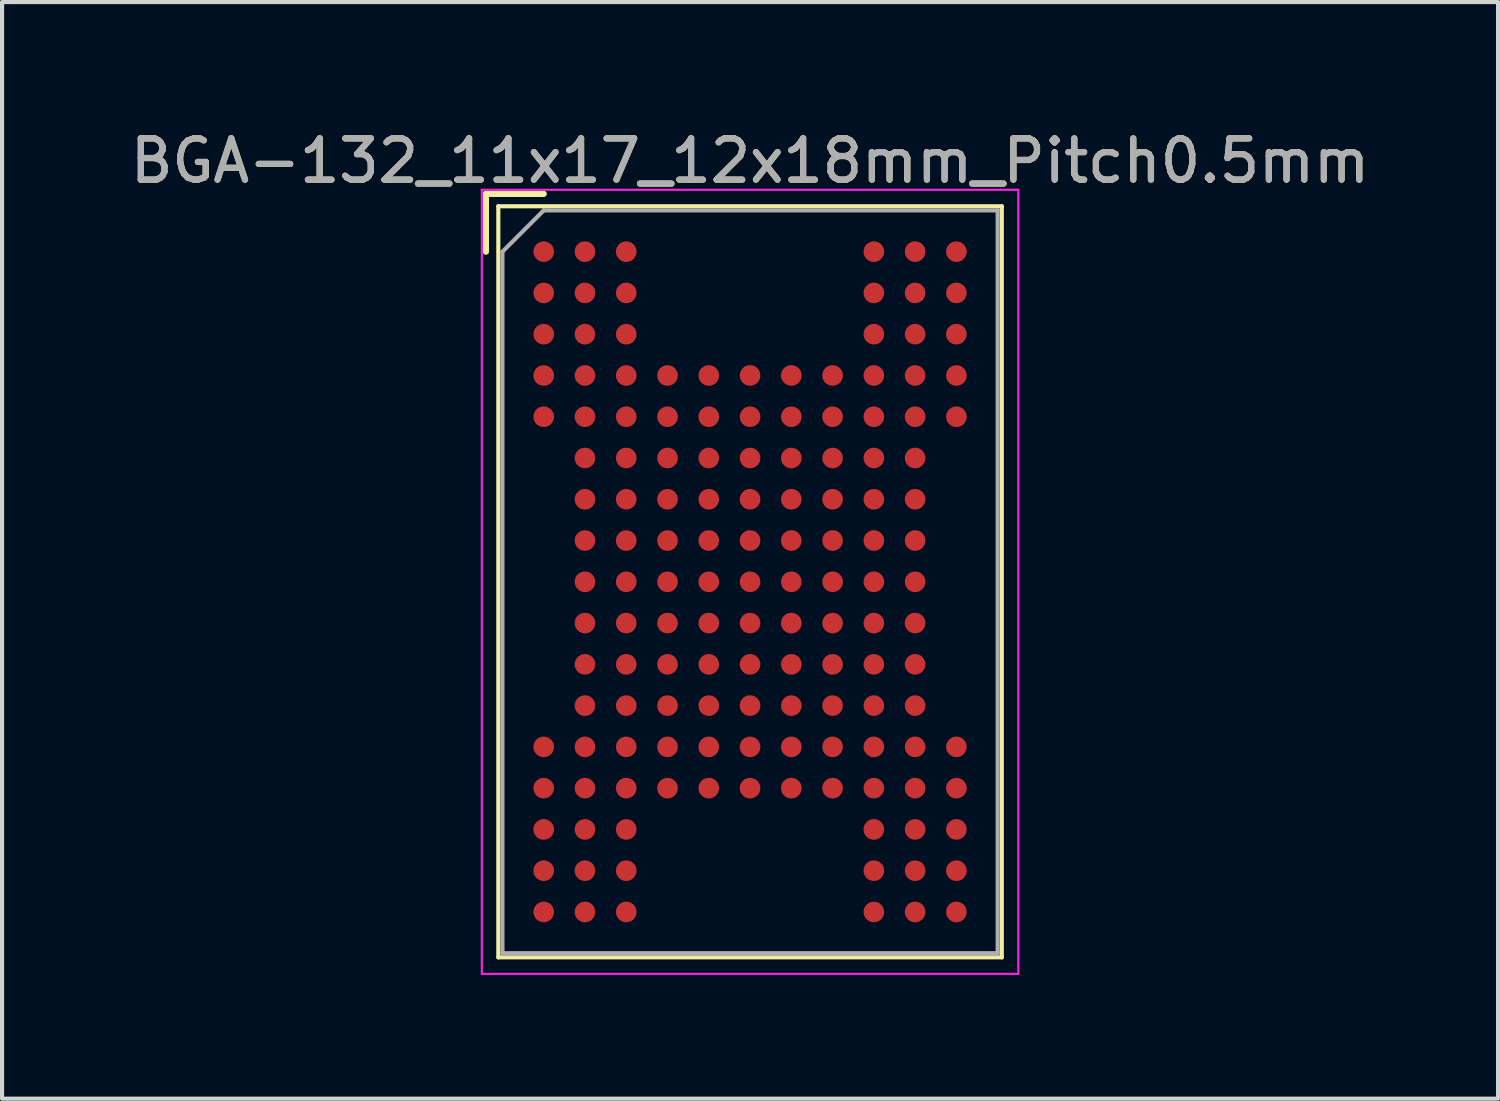
<source format=kicad_pcb>
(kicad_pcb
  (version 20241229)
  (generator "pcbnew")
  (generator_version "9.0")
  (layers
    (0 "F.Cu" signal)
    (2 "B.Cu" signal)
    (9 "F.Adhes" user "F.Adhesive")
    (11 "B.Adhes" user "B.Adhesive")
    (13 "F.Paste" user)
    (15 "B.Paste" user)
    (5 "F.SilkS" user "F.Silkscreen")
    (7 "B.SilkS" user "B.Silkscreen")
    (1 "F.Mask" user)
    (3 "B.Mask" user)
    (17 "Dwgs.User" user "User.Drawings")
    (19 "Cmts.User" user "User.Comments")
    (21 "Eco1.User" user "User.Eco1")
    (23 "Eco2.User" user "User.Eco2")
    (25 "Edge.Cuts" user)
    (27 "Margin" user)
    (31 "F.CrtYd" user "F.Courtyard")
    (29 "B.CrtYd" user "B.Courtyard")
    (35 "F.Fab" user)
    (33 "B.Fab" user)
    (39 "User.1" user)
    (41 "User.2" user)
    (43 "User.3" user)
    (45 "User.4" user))
  (footprint "BGA-132_11x17_12x18mm_Pitch0.5mm"
    (layer "F.Cu")
    (at 15.125 11.048)
    (property "Reference" "BGA-132_11x17_12x18mm_Pitch0.5mm" (at 0 -10.2 0) (layer "F.SilkS") (effects (font (size 1 1) (thickness 0.15))))
    (attr smd)
    (fp_line (start -6.4 -9.4) (end -6.4 -8) (stroke (width 0.15) (type solid)) (layer "F.SilkS"))
    (fp_line (start -6.1 -9.1) (end 6.1 -9.1) (stroke (width 0.1) (type solid)) (layer "F.SilkS"))
    (fp_line (start -6.1 9.1) (end -6.1 -9.1) (stroke (width 0.1) (type solid)) (layer "F.SilkS"))
    (fp_line (start -6.1 9.1) (end 6.1 9.1) (stroke (width 0.1) (type solid)) (layer "F.SilkS"))
    (fp_line (start -5 -9.4) (end -6.4 -9.4) (stroke (width 0.15) (type solid)) (layer "F.SilkS"))
    (fp_line (start 6.1 -9.1) (end 6.1 9.1) (stroke (width 0.1) (type solid)) (layer "F.SilkS"))
    (fp_line (start -6.5 -9.5) (end 6.5 -9.5) (stroke (width 0.05) (type solid)) (layer "F.CrtYd"))
    (fp_line (start -6.5 9.5) (end -6.5 -9.5) (stroke (width 0.05) (type solid)) (layer "F.CrtYd"))
    (fp_line (start 6.5 -9.5) (end 6.5 9.5) (stroke (width 0.05) (type solid)) (layer "F.CrtYd"))
    (fp_line (start 6.5 9.5) (end -6.5 9.5) (stroke (width 0.05) (type solid)) (layer "F.CrtYd"))
    (fp_line (start -6 -8) (end -6 9) (stroke (width 0.1) (type solid)) (layer "F.Fab"))
    (fp_line (start -5 -9) (end -6 -8) (stroke (width 0.1) (type solid)) (layer "F.Fab"))
    (fp_line (start 6 -9) (end -5 -9) (stroke (width 0.1) (type solid)) (layer "F.Fab"))
    (fp_line (start 6 9) (end -6 9) (stroke (width 0.1) (type solid)) (layer "F.Fab"))
    (fp_line (start 6 9) (end 6 -9) (stroke (width 0.1) (type solid)) (layer "F.Fab"))
    (fp_text user "${REFERENCE}" (at 0 -10.2 0) (layer "F.Fab") (effects (font (size 1 1) (thickness 0.15))))
    (pad "A1" smd circle (at -5 -8) (size 0.5 0.5) (layers "F.Cu" "F.Mask" "F.Paste"))
    (pad "A2" smd circle (at -4 -8) (size 0.5 0.5) (layers "F.Cu" "F.Mask" "F.Paste"))
    (pad "A3" smd circle (at -3 -8) (size 0.5 0.5) (layers "F.Cu" "F.Mask" "F.Paste"))
    (pad "A9" smd circle (at 3 -8) (size 0.5 0.5) (layers "F.Cu" "F.Mask" "F.Paste"))
    (pad "A10" smd circle (at 4 -8) (size 0.5 0.5) (layers "F.Cu" "F.Mask" "F.Paste"))
    (pad "A11" smd circle (at 5 -8) (size 0.5 0.5) (layers "F.Cu" "F.Mask" "F.Paste"))
    (pad "B1" smd circle (at -5 -7) (size 0.5 0.5) (layers "F.Cu" "F.Mask" "F.Paste"))
    (pad "B2" smd circle (at -4 -7) (size 0.5 0.5) (layers "F.Cu" "F.Mask" "F.Paste"))
    (pad "B3" smd circle (at -3 -7) (size 0.5 0.5) (layers "F.Cu" "F.Mask" "F.Paste"))
    (pad "B9" smd circle (at 3 -7) (size 0.5 0.5) (layers "F.Cu" "F.Mask" "F.Paste"))
    (pad "B10" smd circle (at 4 -7) (size 0.5 0.5) (layers "F.Cu" "F.Mask" "F.Paste"))
    (pad "B11" smd circle (at 5 -7) (size 0.5 0.5) (layers "F.Cu" "F.Mask" "F.Paste"))
    (pad "C1" smd circle (at -5 -6) (size 0.5 0.5) (layers "F.Cu" "F.Mask" "F.Paste"))
    (pad "C2" smd circle (at -4 -6) (size 0.5 0.5) (layers "F.Cu" "F.Mask" "F.Paste"))
    (pad "C3" smd circle (at -3 -6) (size 0.5 0.5) (layers "F.Cu" "F.Mask" "F.Paste"))
    (pad "C9" smd circle (at 3 -6) (size 0.5 0.5) (layers "F.Cu" "F.Mask" "F.Paste"))
    (pad "C10" smd circle (at 4 -6) (size 0.5 0.5) (layers "F.Cu" "F.Mask" "F.Paste"))
    (pad "C11" smd circle (at 5 -6) (size 0.5 0.5) (layers "F.Cu" "F.Mask" "F.Paste"))
    (pad "D1" smd circle (at -5 -5) (size 0.5 0.5) (layers "F.Cu" "F.Mask" "F.Paste"))
    (pad "D2" smd circle (at -4 -5) (size 0.5 0.5) (layers "F.Cu" "F.Mask" "F.Paste"))
    (pad "D3" smd circle (at -3 -5) (size 0.5 0.5) (layers "F.Cu" "F.Mask" "F.Paste"))
    (pad "D4" smd circle (at -2 -5) (size 0.5 0.5) (layers "F.Cu" "F.Mask" "F.Paste"))
    (pad "D5" smd circle (at -1 -5) (size 0.5 0.5) (layers "F.Cu" "F.Mask" "F.Paste"))
    (pad "D6" smd circle (at 0 -5) (size 0.5 0.5) (layers "F.Cu" "F.Mask" "F.Paste"))
    (pad "D7" smd circle (at 1 -5) (size 0.5 0.5) (layers "F.Cu" "F.Mask" "F.Paste"))
    (pad "D8" smd circle (at 2 -5) (size 0.5 0.5) (layers "F.Cu" "F.Mask" "F.Paste"))
    (pad "D9" smd circle (at 3 -5) (size 0.5 0.5) (layers "F.Cu" "F.Mask" "F.Paste"))
    (pad "D10" smd circle (at 4 -5) (size 0.5 0.5) (layers "F.Cu" "F.Mask" "F.Paste"))
    (pad "D11" smd circle (at 5 -5) (size 0.5 0.5) (layers "F.Cu" "F.Mask" "F.Paste"))
    (pad "E1" smd circle (at -5 -4) (size 0.5 0.5) (layers "F.Cu" "F.Mask" "F.Paste"))
    (pad "E2" smd circle (at -4 -4) (size 0.5 0.5) (layers "F.Cu" "F.Mask" "F.Paste"))
    (pad "E3" smd circle (at -3 -4) (size 0.5 0.5) (layers "F.Cu" "F.Mask" "F.Paste"))
    (pad "E4" smd circle (at -2 -4) (size 0.5 0.5) (layers "F.Cu" "F.Mask" "F.Paste"))
    (pad "E5" smd circle (at -1 -4) (size 0.5 0.5) (layers "F.Cu" "F.Mask" "F.Paste"))
    (pad "E6" smd circle (at 0 -4) (size 0.5 0.5) (layers "F.Cu" "F.Mask" "F.Paste"))
    (pad "E7" smd circle (at 1 -4) (size 0.5 0.5) (layers "F.Cu" "F.Mask" "F.Paste"))
    (pad "E8" smd circle (at 2 -4) (size 0.5 0.5) (layers "F.Cu" "F.Mask" "F.Paste"))
    (pad "E9" smd circle (at 3 -4) (size 0.5 0.5) (layers "F.Cu" "F.Mask" "F.Paste"))
    (pad "E10" smd circle (at 4 -4) (size 0.5 0.5) (layers "F.Cu" "F.Mask" "F.Paste"))
    (pad "E11" smd circle (at 5 -4) (size 0.5 0.5) (layers "F.Cu" "F.Mask" "F.Paste"))
    (pad "F2" smd circle (at -4 -3) (size 0.5 0.5) (layers "F.Cu" "F.Mask" "F.Paste"))
    (pad "F3" smd circle (at -3 -3) (size 0.5 0.5) (layers "F.Cu" "F.Mask" "F.Paste"))
    (pad "F4" smd circle (at -2 -3) (size 0.5 0.5) (layers "F.Cu" "F.Mask" "F.Paste"))
    (pad "F5" smd circle (at -1 -3) (size 0.5 0.5) (layers "F.Cu" "F.Mask" "F.Paste"))
    (pad "F6" smd circle (at 0 -3) (size 0.5 0.5) (layers "F.Cu" "F.Mask" "F.Paste"))
    (pad "F7" smd circle (at 1 -3) (size 0.5 0.5) (layers "F.Cu" "F.Mask" "F.Paste"))
    (pad "F8" smd circle (at 2 -3) (size 0.5 0.5) (layers "F.Cu" "F.Mask" "F.Paste"))
    (pad "F9" smd circle (at 3 -3) (size 0.5 0.5) (layers "F.Cu" "F.Mask" "F.Paste"))
    (pad "F10" smd circle (at 4 -3) (size 0.5 0.5) (layers "F.Cu" "F.Mask" "F.Paste"))
    (pad "G2" smd circle (at -4 -2) (size 0.5 0.5) (layers "F.Cu" "F.Mask" "F.Paste"))
    (pad "G3" smd circle (at -3 -2) (size 0.5 0.5) (layers "F.Cu" "F.Mask" "F.Paste"))
    (pad "G4" smd circle (at -2 -2) (size 0.5 0.5) (layers "F.Cu" "F.Mask" "F.Paste"))
    (pad "G5" smd circle (at -1 -2) (size 0.5 0.5) (layers "F.Cu" "F.Mask" "F.Paste"))
    (pad "G6" smd circle (at 0 -2) (size 0.5 0.5) (layers "F.Cu" "F.Mask" "F.Paste"))
    (pad "G7" smd circle (at 1 -2) (size 0.5 0.5) (layers "F.Cu" "F.Mask" "F.Paste"))
    (pad "G8" smd circle (at 2 -2) (size 0.5 0.5) (layers "F.Cu" "F.Mask" "F.Paste"))
    (pad "G9" smd circle (at 3 -2) (size 0.5 0.5) (layers "F.Cu" "F.Mask" "F.Paste"))
    (pad "G10" smd circle (at 4 -2) (size 0.5 0.5) (layers "F.Cu" "F.Mask" "F.Paste"))
    (pad "H2" smd circle (at -4 -1) (size 0.5 0.5) (layers "F.Cu" "F.Mask" "F.Paste"))
    (pad "H3" smd circle (at -3 -1) (size 0.5 0.5) (layers "F.Cu" "F.Mask" "F.Paste"))
    (pad "H4" smd circle (at -2 -1) (size 0.5 0.5) (layers "F.Cu" "F.Mask" "F.Paste"))
    (pad "H5" smd circle (at -1 -1) (size 0.5 0.5) (layers "F.Cu" "F.Mask" "F.Paste"))
    (pad "H6" smd circle (at 0 -1) (size 0.5 0.5) (layers "F.Cu" "F.Mask" "F.Paste"))
    (pad "H7" smd circle (at 1 -1) (size 0.5 0.5) (layers "F.Cu" "F.Mask" "F.Paste"))
    (pad "H8" smd circle (at 2 -1) (size 0.5 0.5) (layers "F.Cu" "F.Mask" "F.Paste"))
    (pad "H9" smd circle (at 3 -1) (size 0.5 0.5) (layers "F.Cu" "F.Mask" "F.Paste"))
    (pad "H10" smd circle (at 4 -1) (size 0.5 0.5) (layers "F.Cu" "F.Mask" "F.Paste"))
    (pad "J2" smd circle (at -4 0) (size 0.5 0.5) (layers "F.Cu" "F.Mask" "F.Paste"))
    (pad "J3" smd circle (at -3 0) (size 0.5 0.5) (layers "F.Cu" "F.Mask" "F.Paste"))
    (pad "J4" smd circle (at -2 0) (size 0.5 0.5) (layers "F.Cu" "F.Mask" "F.Paste"))
    (pad "J5" smd circle (at -1 0) (size 0.5 0.5) (layers "F.Cu" "F.Mask" "F.Paste"))
    (pad "J6" smd circle (at 0 0) (size 0.5 0.5) (layers "F.Cu" "F.Mask" "F.Paste"))
    (pad "J7" smd circle (at 1 0) (size 0.5 0.5) (layers "F.Cu" "F.Mask" "F.Paste"))
    (pad "J8" smd circle (at 2 0) (size 0.5 0.5) (layers "F.Cu" "F.Mask" "F.Paste"))
    (pad "J9" smd circle (at 3 0) (size 0.5 0.5) (layers "F.Cu" "F.Mask" "F.Paste"))
    (pad "J10" smd circle (at 4 0) (size 0.5 0.5) (layers "F.Cu" "F.Mask" "F.Paste"))
    (pad "K2" smd circle (at -4 1) (size 0.5 0.5) (layers "F.Cu" "F.Mask" "F.Paste"))
    (pad "K3" smd circle (at -3 1) (size 0.5 0.5) (layers "F.Cu" "F.Mask" "F.Paste"))
    (pad "K4" smd circle (at -2 1) (size 0.5 0.5) (layers "F.Cu" "F.Mask" "F.Paste"))
    (pad "K5" smd circle (at -1 1) (size 0.5 0.5) (layers "F.Cu" "F.Mask" "F.Paste"))
    (pad "K6" smd circle (at 0 1) (size 0.5 0.5) (layers "F.Cu" "F.Mask" "F.Paste"))
    (pad "K7" smd circle (at 1 1) (size 0.5 0.5) (layers "F.Cu" "F.Mask" "F.Paste"))
    (pad "K8" smd circle (at 2 1) (size 0.5 0.5) (layers "F.Cu" "F.Mask" "F.Paste"))
    (pad "K9" smd circle (at 3 1) (size 0.5 0.5) (layers "F.Cu" "F.Mask" "F.Paste"))
    (pad "K10" smd circle (at 4 1) (size 0.5 0.5) (layers "F.Cu" "F.Mask" "F.Paste"))
    (pad "L2" smd circle (at -4 2) (size 0.5 0.5) (layers "F.Cu" "F.Mask" "F.Paste"))
    (pad "L3" smd circle (at -3 2) (size 0.5 0.5) (layers "F.Cu" "F.Mask" "F.Paste"))
    (pad "L4" smd circle (at -2 2) (size 0.5 0.5) (layers "F.Cu" "F.Mask" "F.Paste"))
    (pad "L5" smd circle (at -1 2) (size 0.5 0.5) (layers "F.Cu" "F.Mask" "F.Paste"))
    (pad "L6" smd circle (at 0 2) (size 0.5 0.5) (layers "F.Cu" "F.Mask" "F.Paste"))
    (pad "L7" smd circle (at 1 2) (size 0.5 0.5) (layers "F.Cu" "F.Mask" "F.Paste"))
    (pad "L8" smd circle (at 2 2) (size 0.5 0.5) (layers "F.Cu" "F.Mask" "F.Paste"))
    (pad "L9" smd circle (at 3 2) (size 0.5 0.5) (layers "F.Cu" "F.Mask" "F.Paste"))
    (pad "L10" smd circle (at 4 2) (size 0.5 0.5) (layers "F.Cu" "F.Mask" "F.Paste"))
    (pad "M2" smd circle (at -4 3) (size 0.5 0.5) (layers "F.Cu" "F.Mask" "F.Paste"))
    (pad "M3" smd circle (at -3 3) (size 0.5 0.5) (layers "F.Cu" "F.Mask" "F.Paste"))
    (pad "M4" smd circle (at -2 3) (size 0.5 0.5) (layers "F.Cu" "F.Mask" "F.Paste"))
    (pad "M5" smd circle (at -1 3) (size 0.5 0.5) (layers "F.Cu" "F.Mask" "F.Paste"))
    (pad "M6" smd circle (at 0 3) (size 0.5 0.5) (layers "F.Cu" "F.Mask" "F.Paste"))
    (pad "M7" smd circle (at 1 3) (size 0.5 0.5) (layers "F.Cu" "F.Mask" "F.Paste"))
    (pad "M8" smd circle (at 2 3) (size 0.5 0.5) (layers "F.Cu" "F.Mask" "F.Paste"))
    (pad "M9" smd circle (at 3 3) (size 0.5 0.5) (layers "F.Cu" "F.Mask" "F.Paste"))
    (pad "M10" smd circle (at 4 3) (size 0.5 0.5) (layers "F.Cu" "F.Mask" "F.Paste"))
    (pad "N1" smd circle (at -5 4) (size 0.5 0.5) (layers "F.Cu" "F.Mask" "F.Paste"))
    (pad "N2" smd circle (at -4 4) (size 0.5 0.5) (layers "F.Cu" "F.Mask" "F.Paste"))
    (pad "N3" smd circle (at -3 4) (size 0.5 0.5) (layers "F.Cu" "F.Mask" "F.Paste"))
    (pad "N4" smd circle (at -2 4) (size 0.5 0.5) (layers "F.Cu" "F.Mask" "F.Paste"))
    (pad "N5" smd circle (at -1 4) (size 0.5 0.5) (layers "F.Cu" "F.Mask" "F.Paste"))
    (pad "N6" smd circle (at 0 4) (size 0.5 0.5) (layers "F.Cu" "F.Mask" "F.Paste"))
    (pad "N7" smd circle (at 1 4) (size 0.5 0.5) (layers "F.Cu" "F.Mask" "F.Paste"))
    (pad "N8" smd circle (at 2 4) (size 0.5 0.5) (layers "F.Cu" "F.Mask" "F.Paste"))
    (pad "N9" smd circle (at 3 4) (size 0.5 0.5) (layers "F.Cu" "F.Mask" "F.Paste"))
    (pad "N10" smd circle (at 4 4) (size 0.5 0.5) (layers "F.Cu" "F.Mask" "F.Paste"))
    (pad "N11" smd circle (at 5 4) (size 0.5 0.5) (layers "F.Cu" "F.Mask" "F.Paste"))
    (pad "P1" smd circle (at -5 5) (size 0.5 0.5) (layers "F.Cu" "F.Mask" "F.Paste"))
    (pad "P2" smd circle (at -4 5) (size 0.5 0.5) (layers "F.Cu" "F.Mask" "F.Paste"))
    (pad "P3" smd circle (at -3 5) (size 0.5 0.5) (layers "F.Cu" "F.Mask" "F.Paste"))
    (pad "P4" smd circle (at -2 5) (size 0.5 0.5) (layers "F.Cu" "F.Mask" "F.Paste"))
    (pad "P5" smd circle (at -1 5) (size 0.5 0.5) (layers "F.Cu" "F.Mask" "F.Paste"))
    (pad "P6" smd circle (at 0 5) (size 0.5 0.5) (layers "F.Cu" "F.Mask" "F.Paste"))
    (pad "P7" smd circle (at 1 5) (size 0.5 0.5) (layers "F.Cu" "F.Mask" "F.Paste"))
    (pad "P8" smd circle (at 2 5) (size 0.5 0.5) (layers "F.Cu" "F.Mask" "F.Paste"))
    (pad "P9" smd circle (at 3 5) (size 0.5 0.5) (layers "F.Cu" "F.Mask" "F.Paste"))
    (pad "P10" smd circle (at 4 5) (size 0.5 0.5) (layers "F.Cu" "F.Mask" "F.Paste"))
    (pad "P11" smd circle (at 5 5) (size 0.5 0.5) (layers "F.Cu" "F.Mask" "F.Paste"))
    (pad "R1" smd circle (at -5 6) (size 0.5 0.5) (layers "F.Cu" "F.Mask" "F.Paste"))
    (pad "R2" smd circle (at -4 6) (size 0.5 0.5) (layers "F.Cu" "F.Mask" "F.Paste"))
    (pad "R3" smd circle (at -3 6) (size 0.5 0.5) (layers "F.Cu" "F.Mask" "F.Paste"))
    (pad "R9" smd circle (at 3 6) (size 0.5 0.5) (layers "F.Cu" "F.Mask" "F.Paste"))
    (pad "R10" smd circle (at 4 6) (size 0.5 0.5) (layers "F.Cu" "F.Mask" "F.Paste"))
    (pad "R11" smd circle (at 5 6) (size 0.5 0.5) (layers "F.Cu" "F.Mask" "F.Paste"))
    (pad "T1" smd circle (at -5 7) (size 0.5 0.5) (layers "F.Cu" "F.Mask" "F.Paste"))
    (pad "T2" smd circle (at -4 7) (size 0.5 0.5) (layers "F.Cu" "F.Mask" "F.Paste"))
    (pad "T3" smd circle (at -3 7) (size 0.5 0.5) (layers "F.Cu" "F.Mask" "F.Paste"))
    (pad "T9" smd circle (at 3 7) (size 0.5 0.5) (layers "F.Cu" "F.Mask" "F.Paste"))
    (pad "T10" smd circle (at 4 7) (size 0.5 0.5) (layers "F.Cu" "F.Mask" "F.Paste"))
    (pad "T11" smd circle (at 5 7) (size 0.5 0.5) (layers "F.Cu" "F.Mask" "F.Paste"))
    (pad "U1" smd circle (at -5 8) (size 0.5 0.5) (layers "F.Cu" "F.Mask" "F.Paste"))
    (pad "U2" smd circle (at -4 8) (size 0.5 0.5) (layers "F.Cu" "F.Mask" "F.Paste"))
    (pad "U3" smd circle (at -3 8) (size 0.5 0.5) (layers "F.Cu" "F.Mask" "F.Paste"))
    (pad "U9" smd circle (at 3 8) (size 0.5 0.5) (layers "F.Cu" "F.Mask" "F.Paste"))
    (pad "U10" smd circle (at 4 8) (size 0.5 0.5) (layers "F.Cu" "F.Mask" "F.Paste"))
    (pad "U11" smd circle (at 5 8) (size 0.5 0.5) (layers "F.Cu" "F.Mask" "F.Paste")))
  (gr_rect
    (start -3 -3)
    (end 33.25 23.573)
    (stroke (width 0.1) (type default))
    (fill no)
    (layer "Edge.Cuts")))
</source>
